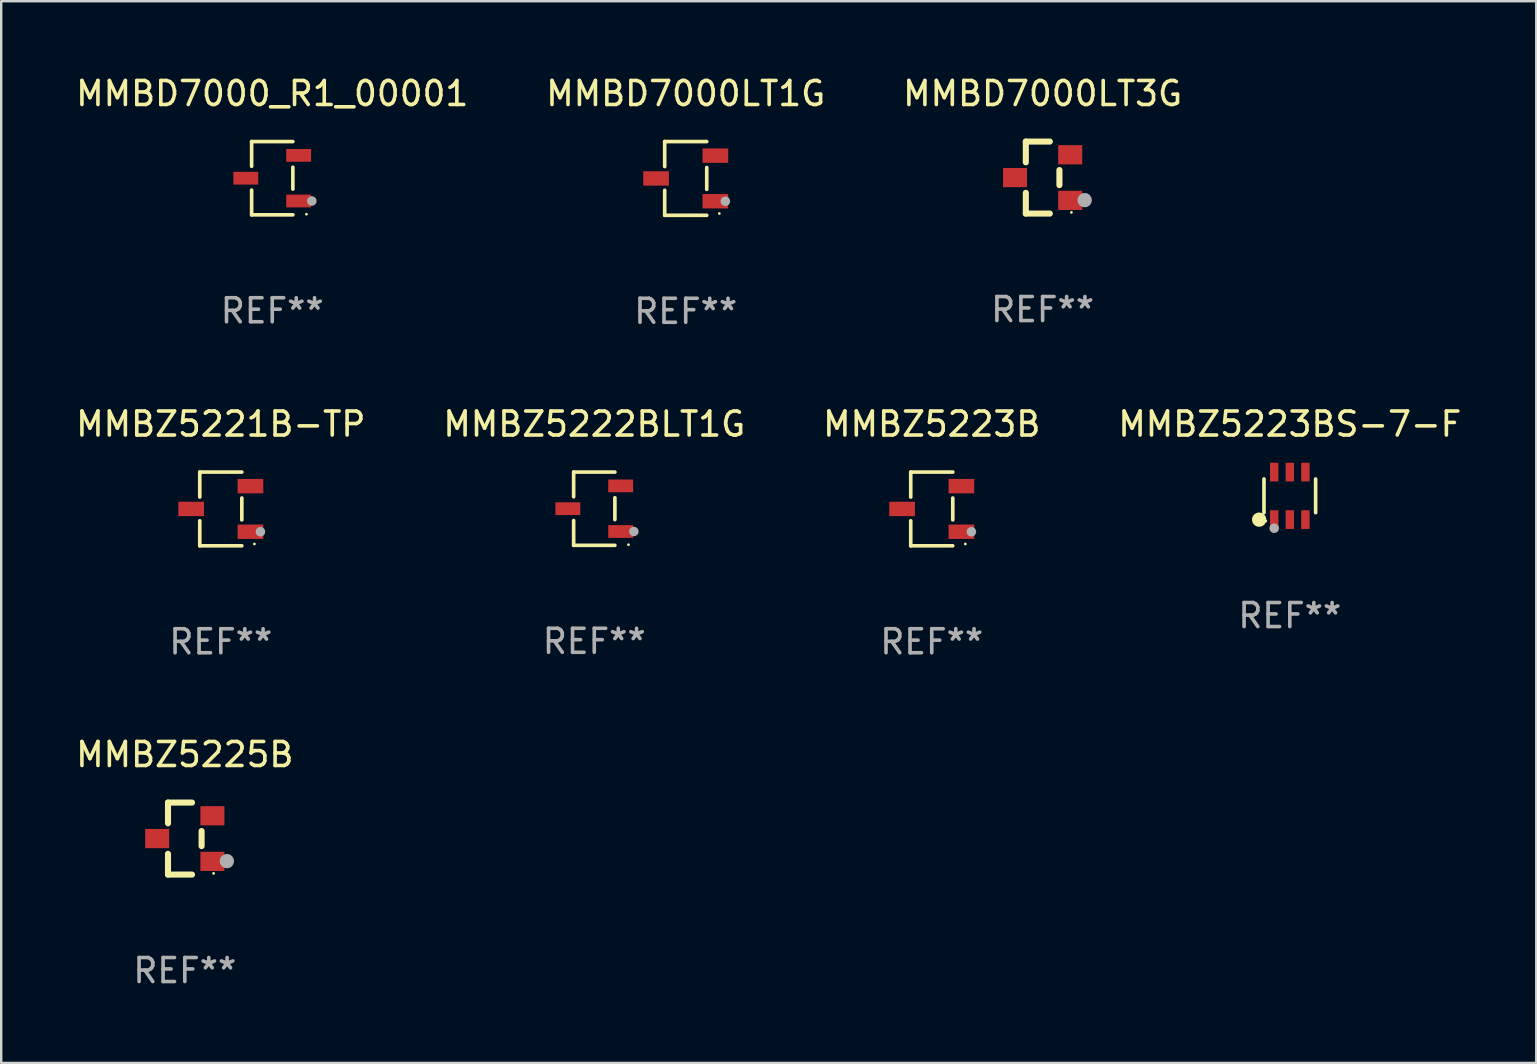
<source format=kicad_pcb>
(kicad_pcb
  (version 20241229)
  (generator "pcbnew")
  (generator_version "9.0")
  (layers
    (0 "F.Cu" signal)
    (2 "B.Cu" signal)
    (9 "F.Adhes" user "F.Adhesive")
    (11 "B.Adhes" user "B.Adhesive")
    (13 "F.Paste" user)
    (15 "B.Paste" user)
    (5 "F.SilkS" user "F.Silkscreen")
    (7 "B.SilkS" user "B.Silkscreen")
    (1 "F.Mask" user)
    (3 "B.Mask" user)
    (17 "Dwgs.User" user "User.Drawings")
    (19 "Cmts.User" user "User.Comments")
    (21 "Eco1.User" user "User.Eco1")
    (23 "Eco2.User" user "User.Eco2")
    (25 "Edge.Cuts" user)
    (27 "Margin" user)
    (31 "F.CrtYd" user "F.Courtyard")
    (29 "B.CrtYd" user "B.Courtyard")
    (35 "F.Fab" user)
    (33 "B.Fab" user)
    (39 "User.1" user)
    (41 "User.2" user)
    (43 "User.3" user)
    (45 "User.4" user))
  (footprint "MMBD7000_R1_00001"
    (layer "F.Cu")
    (at 8.292 4.374)
    (property "Reference" "MMBD7000_R1_00001" (at 0 -3.526 0) (layer "F.SilkS") (effects (font (size 1 1) (thickness 0.15))))
    (attr through_hole)
    (fp_line (start -0.859 -1.526) (end -0.859 -0.495) (stroke (width 0.152) (type solid)) (layer "F.SilkS"))
    (fp_line (start -0.859 1.526) (end -0.859 0.495) (stroke (width 0.152) (type solid)) (layer "F.SilkS"))
    (fp_line (start 0.859 -1.526) (end -0.859 -1.526) (stroke (width 0.152) (type solid)) (layer "F.SilkS"))
    (fp_line (start 0.859 -0.455) (end 0.859 0.455) (stroke (width 0.152) (type solid)) (layer "F.SilkS"))
    (fp_line (start 0.859 1.526) (end -0.859 1.526) (stroke (width 0.152) (type solid)) (layer "F.SilkS"))
    (fp_circle (center 1.425 1.5) (end 1.455 1.5) (stroke (width 0.06) (type solid)) (fill no) (layer "F.SilkS"))
    (fp_circle (center 1.65 0.95) (end 1.75 0.95) (stroke (width 0.2) (type solid)) (fill no) (layer "F.Fab"))
    (fp_text user "REF**" (at 0 5.526 0) (layer "F.Fab") (effects (font (size 1 1) (thickness 0.15))))
    (pad "1" smd rect (at 1.101 0.95) (size 1.037 0.532) (layers "F.Cu" "F.Mask" "F.Paste"))
    (pad "2" smd rect (at 1.101 -0.95) (size 1.037 0.532) (layers "F.Cu" "F.Mask" "F.Paste"))
    (pad "3" smd rect (at -1.101 0) (size 1.037 0.532) (layers "F.Cu" "F.Mask" "F.Paste")))
  (footprint "MMBZ5223BS-7-F"
    (layer "F.Cu")
    (at 50.685 17.607)
    (property "Reference" "MMBZ5223BS-7-F" (at 0 -2.99 0) (layer "F.SilkS") (effects (font (size 1 1) (thickness 0.15))))
    (attr through_hole)
    (fp_line (start -1.076 0.701) (end -1.076 -0.701) (stroke (width 0.152) (type solid)) (layer "F.SilkS"))
    (fp_line (start 1.076 0.701) (end 1.076 -0.701) (stroke (width 0.152) (type solid)) (layer "F.SilkS"))
    (fp_circle (center -1.277 0.992) (end -1.127 0.992) (stroke (width 0.3) (type solid)) (fill no) (layer "F.SilkS"))
    (fp_circle (center -1 1.05) (end -0.97 1.05) (stroke (width 0.06) (type solid)) (fill no) (layer "F.SilkS"))
    (fp_circle (center -0.65 1.35) (end -0.55 1.35) (stroke (width 0.2) (type solid)) (fill no) (layer "F.Fab"))
    (fp_text user "REF**" (at 0 4.99 0) (layer "F.Fab") (effects (font (size 1 1) (thickness 0.15))))
    (pad "1" smd rect (at -0.65 0.99) (size 0.35 0.78) (layers "F.Cu" "F.Mask" "F.Paste"))
    (pad "2" smd rect (at 0 0.99) (size 0.35 0.78) (layers "F.Cu" "F.Mask" "F.Paste"))
    (pad "3" smd rect (at 0.65 0.99) (size 0.35 0.78) (layers "F.Cu" "F.Mask" "F.Paste"))
    (pad "4" smd rect (at 0.65 -0.99) (size 0.35 0.78) (layers "F.Cu" "F.Mask" "F.Paste"))
    (pad "5" smd rect (at 0 -0.99) (size 0.35 0.78) (layers "F.Cu" "F.Mask" "F.Paste"))
    (pad "6" smd rect (at -0.65 -0.99) (size 0.35 0.78) (layers "F.Cu" "F.Mask" "F.Paste")))
  (footprint "MMBZ5222BLT1G"
    (layer "F.Cu")
    (at 21.708 18.143)
    (property "Reference" "MMBZ5222BLT1G" (at 0 -3.526 0) (layer "F.SilkS") (effects (font (size 1 1) (thickness 0.15))))
    (attr through_hole)
    (fp_line (start -0.859 -1.526) (end -0.859 -0.495) (stroke (width 0.152) (type solid)) (layer "F.SilkS"))
    (fp_line (start -0.859 1.526) (end -0.859 0.495) (stroke (width 0.152) (type solid)) (layer "F.SilkS"))
    (fp_line (start 0.859 -1.526) (end -0.859 -1.526) (stroke (width 0.152) (type solid)) (layer "F.SilkS"))
    (fp_line (start 0.859 -0.455) (end 0.859 0.455) (stroke (width 0.152) (type solid)) (layer "F.SilkS"))
    (fp_line (start 0.859 1.526) (end -0.859 1.526) (stroke (width 0.152) (type solid)) (layer "F.SilkS"))
    (fp_circle (center 1.425 1.5) (end 1.455 1.5) (stroke (width 0.06) (type solid)) (fill no) (layer "F.SilkS"))
    (fp_circle (center 1.65 0.95) (end 1.75 0.95) (stroke (width 0.2) (type solid)) (fill no) (layer "F.Fab"))
    (fp_text user "REF**" (at 0 5.526 0) (layer "F.Fab") (effects (font (size 1 1) (thickness 0.15))))
    (pad "1" smd rect (at 1.101 0.95) (size 1.037 0.532) (layers "F.Cu" "F.Mask" "F.Paste"))
    (pad "2" smd rect (at 1.101 -0.95) (size 1.037 0.532) (layers "F.Cu" "F.Mask" "F.Paste"))
    (pad "3" smd rect (at -1.101 0) (size 1.037 0.532) (layers "F.Cu" "F.Mask" "F.Paste")))
  (footprint "MMBZ5221B-TP"
    (layer "F.Cu")
    (at 6.149 18.153)
    (property "Reference" "MMBZ5221B-TP" (at 0 -3.536 0) (layer "F.SilkS") (effects (font (size 1 1) (thickness 0.15))))
    (attr through_hole)
    (fp_line (start -0.876 -1.536) (end -0.876 -0.495) (stroke (width 0.152) (type solid)) (layer "F.SilkS"))
    (fp_line (start -0.876 1.536) (end -0.876 0.495) (stroke (width 0.152) (type solid)) (layer "F.SilkS"))
    (fp_line (start 0.876 -1.536) (end -0.876 -1.536) (stroke (width 0.152) (type solid)) (layer "F.SilkS"))
    (fp_line (start 0.876 -0.455) (end 0.876 0.455) (stroke (width 0.152) (type solid)) (layer "F.SilkS"))
    (fp_line (start 0.876 1.536) (end -0.876 1.536) (stroke (width 0.152) (type solid)) (layer "F.SilkS"))
    (fp_circle (center 1.4 1.46) (end 1.43 1.46) (stroke (width 0.06) (type solid)) (fill no) (layer "F.SilkS"))
    (fp_circle (center 1.651 0.95) (end 1.751 0.95) (stroke (width 0.2) (type solid)) (fill no) (layer "F.Fab"))
    (fp_text user "REF**" (at 0 5.536 0) (layer "F.Fab") (effects (font (size 1 1) (thickness 0.15))))
    (pad "1" smd rect (at 1.235 0.95) (size 1.07 0.6) (layers "F.Cu" "F.Mask" "F.Paste"))
    (pad "2" smd rect (at 1.235 -0.95) (size 1.07 0.6) (layers "F.Cu" "F.Mask" "F.Paste"))
    (pad "3" smd rect (at -1.235 0) (size 1.07 0.6) (layers "F.Cu" "F.Mask" "F.Paste")))
  (footprint "MMBZ5225B"
    (layer "F.Cu")
    (at 4.649 31.886)
    (property "Reference" "MMBZ5225B" (at 0 -3.5 0) (layer "F.SilkS") (effects (font (size 1 1) (thickness 0.15))))
    (attr through_hole)
    (fp_line (start -0.7 -1.5) (end 0.3 -1.5) (stroke (width 0.254) (type solid)) (layer "F.SilkS"))
    (fp_line (start -0.7 -0.636) (end -0.7 -1.5) (stroke (width 0.254) (type solid)) (layer "F.SilkS"))
    (fp_line (start -0.7 1.5) (end -0.7 0.636) (stroke (width 0.254) (type solid)) (layer "F.SilkS"))
    (fp_line (start -0.7 1.5) (end 0.3 1.5) (stroke (width 0.254) (type solid)) (layer "F.SilkS"))
    (fp_line (start 0.7 0.314) (end 0.7 -0.314) (stroke (width 0.254) (type solid)) (layer "F.SilkS"))
    (fp_circle (center 1.2 1.45) (end 1.23 1.45) (stroke (width 0.06) (type solid)) (fill no) (layer "F.SilkS"))
    (fp_circle (center 1.753 0.94) (end 1.903 0.94) (stroke (width 0.3) (type solid)) (fill no) (layer "F.Fab"))
    (fp_text user "REF**" (at 0 5.5 0) (layer "F.Fab") (effects (font (size 1 1) (thickness 0.15))))
    (pad "1" smd rect (at 1.15 0.95 180) (size 1 0.8) (layers "F.Cu" "F.Mask" "F.Paste"))
    (pad "2" smd rect (at 1.15 -0.95 180) (size 1 0.8) (layers "F.Cu" "F.Mask" "F.Paste"))
    (pad "3" smd rect (at -1.15 -0.000051 180) (size 1 0.8) (layers "F.Cu" "F.Mask" "F.Paste")))
  (footprint "MMBD7000LT3G"
    (layer "F.Cu")
    (at 40.387 4.348)
    (property "Reference" "MMBD7000LT3G" (at 0 -3.5 0) (layer "F.SilkS") (effects (font (size 1 1) (thickness 0.15))))
    (attr through_hole)
    (fp_line (start -0.7 -1.5) (end 0.3 -1.5) (stroke (width 0.254) (type solid)) (layer "F.SilkS"))
    (fp_line (start -0.7 -0.636) (end -0.7 -1.5) (stroke (width 0.254) (type solid)) (layer "F.SilkS"))
    (fp_line (start -0.7 1.5) (end -0.7 0.636) (stroke (width 0.254) (type solid)) (layer "F.SilkS"))
    (fp_line (start -0.7 1.5) (end 0.3 1.5) (stroke (width 0.254) (type solid)) (layer "F.SilkS"))
    (fp_line (start 0.7 0.314) (end 0.7 -0.314) (stroke (width 0.254) (type solid)) (layer "F.SilkS"))
    (fp_circle (center 1.2 1.45) (end 1.23 1.45) (stroke (width 0.06) (type solid)) (fill no) (layer "F.SilkS"))
    (fp_circle (center 1.753 0.94) (end 1.903 0.94) (stroke (width 0.3) (type solid)) (fill no) (layer "F.Fab"))
    (fp_text user "REF**" (at 0 5.5 0) (layer "F.Fab") (effects (font (size 1 1) (thickness 0.15))))
    (pad "1" smd rect (at 1.15 0.95 180) (size 1 0.8) (layers "F.Cu" "F.Mask" "F.Paste"))
    (pad "2" smd rect (at 1.15 -0.95 180) (size 1 0.8) (layers "F.Cu" "F.Mask" "F.Paste"))
    (pad "3" smd rect (at -1.15 -0.000051 180) (size 1 0.8) (layers "F.Cu" "F.Mask" "F.Paste")))
  (footprint "MMBD7000LT1G"
    (layer "F.Cu")
    (at 25.518 4.384)
    (property "Reference" "MMBD7000LT1G" (at 0 -3.536 0) (layer "F.SilkS") (effects (font (size 1 1) (thickness 0.15))))
    (attr through_hole)
    (fp_line (start -0.876 -1.536) (end -0.876 -0.495) (stroke (width 0.152) (type solid)) (layer "F.SilkS"))
    (fp_line (start -0.876 1.536) (end -0.876 0.495) (stroke (width 0.152) (type solid)) (layer "F.SilkS"))
    (fp_line (start 0.876 -1.536) (end -0.876 -1.536) (stroke (width 0.152) (type solid)) (layer "F.SilkS"))
    (fp_line (start 0.876 -0.455) (end 0.876 0.455) (stroke (width 0.152) (type solid)) (layer "F.SilkS"))
    (fp_line (start 0.876 1.536) (end -0.876 1.536) (stroke (width 0.152) (type solid)) (layer "F.SilkS"))
    (fp_circle (center 1.4 1.46) (end 1.43 1.46) (stroke (width 0.06) (type solid)) (fill no) (layer "F.SilkS"))
    (fp_circle (center 1.651 0.95) (end 1.751 0.95) (stroke (width 0.2) (type solid)) (fill no) (layer "F.Fab"))
    (fp_text user "REF**" (at 0 5.536 0) (layer "F.Fab") (effects (font (size 1 1) (thickness 0.15))))
    (pad "1" smd rect (at 1.235 0.95) (size 1.07 0.6) (layers "F.Cu" "F.Mask" "F.Paste"))
    (pad "2" smd rect (at 1.235 -0.95) (size 1.07 0.6) (layers "F.Cu" "F.Mask" "F.Paste"))
    (pad "3" smd rect (at -1.235 0) (size 1.07 0.6) (layers "F.Cu" "F.Mask" "F.Paste")))
  (footprint "MMBZ5223B"
    (layer "F.Cu")
    (at 35.768 18.153)
    (property "Reference" "MMBZ5223B" (at 0 -3.536 0) (layer "F.SilkS") (effects (font (size 1 1) (thickness 0.15))))
    (attr through_hole)
    (fp_line (start -0.876 -1.536) (end -0.876 -0.495) (stroke (width 0.152) (type solid)) (layer "F.SilkS"))
    (fp_line (start -0.876 1.536) (end -0.876 0.495) (stroke (width 0.152) (type solid)) (layer "F.SilkS"))
    (fp_line (start 0.876 -1.536) (end -0.876 -1.536) (stroke (width 0.152) (type solid)) (layer "F.SilkS"))
    (fp_line (start 0.876 -0.455) (end 0.876 0.455) (stroke (width 0.152) (type solid)) (layer "F.SilkS"))
    (fp_line (start 0.876 1.536) (end -0.876 1.536) (stroke (width 0.152) (type solid)) (layer "F.SilkS"))
    (fp_circle (center 1.4 1.46) (end 1.43 1.46) (stroke (width 0.06) (type solid)) (fill no) (layer "F.SilkS"))
    (fp_circle (center 1.651 0.95) (end 1.751 0.95) (stroke (width 0.2) (type solid)) (fill no) (layer "F.Fab"))
    (fp_text user "REF**" (at 0 5.536 0) (layer "F.Fab") (effects (font (size 1 1) (thickness 0.15))))
    (pad "1" smd rect (at 1.235 0.95) (size 1.07 0.6) (layers "F.Cu" "F.Mask" "F.Paste"))
    (pad "2" smd rect (at 1.235 -0.95) (size 1.07 0.6) (layers "F.Cu" "F.Mask" "F.Paste"))
    (pad "3" smd rect (at -1.235 0) (size 1.07 0.6) (layers "F.Cu" "F.Mask" "F.Paste")))
  (gr_rect
    (start -3 -3)
    (end 60.952 41.234)
    (stroke (width 0.1) (type default))
    (fill no)
    (layer "Edge.Cuts")))
</source>
